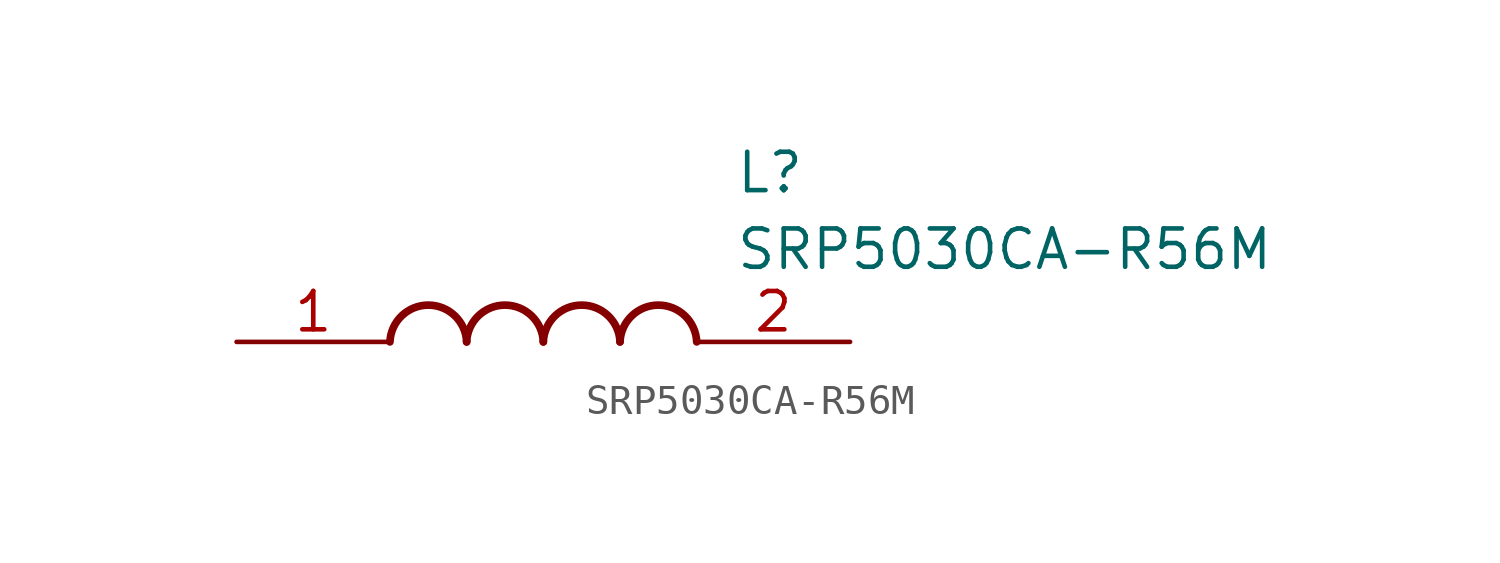
<source format=kicad_sym>
(kicad_symbol_lib
  (version 20211014)
  (generator SamacSys_ECAD_Model)
  (symbol "SRP5030CA-R56M"
    (pin_names hide)
    (property "Reference" "L"
      (at 16.51 6.35 0)
      (effects (font (size 1.27 1.27)) (justify left top)))
    (property "Value" "SRP5030CA-R56M"
      (at 16.51 3.81 0)
      (effects (font (size 1.27 1.27)) (justify left top)))
    (arc
      (start 7.62 0)
      (mid 6.35 1.219)
      (end 5.08 0)
      (stroke (width 0.254) (type default))
      (fill (type none)))
    (arc
      (start 10.16 0)
      (mid 8.89 1.219)
      (end 7.62 0)
      (stroke (width 0.254) (type default))
      (fill (type none)))
    (arc
      (start 12.7 0)
      (mid 11.43 1.219)
      (end 10.16 0)
      (stroke (width 0.254) (type default))
      (fill (type none)))
    (arc
      (start 15.24 0)
      (mid 13.97 1.219)
      (end 12.7 0)
      (stroke (width 0.254) (type default))
      (fill (type none)))
    (pin passive line
      (at 0 0 0)
      (length 5.08)
      (name "1" (effects (font (size 1.27 1.27))))
      (number "1" (effects (font (size 1.27 1.27)))))
    (pin passive line
      (at 20.32 0 180)
      (length 5.08)
      (name "2" (effects (font (size 1.27 1.27))))
      (number "2" (effects (font (size 1.27 1.27)))))))
</source>
